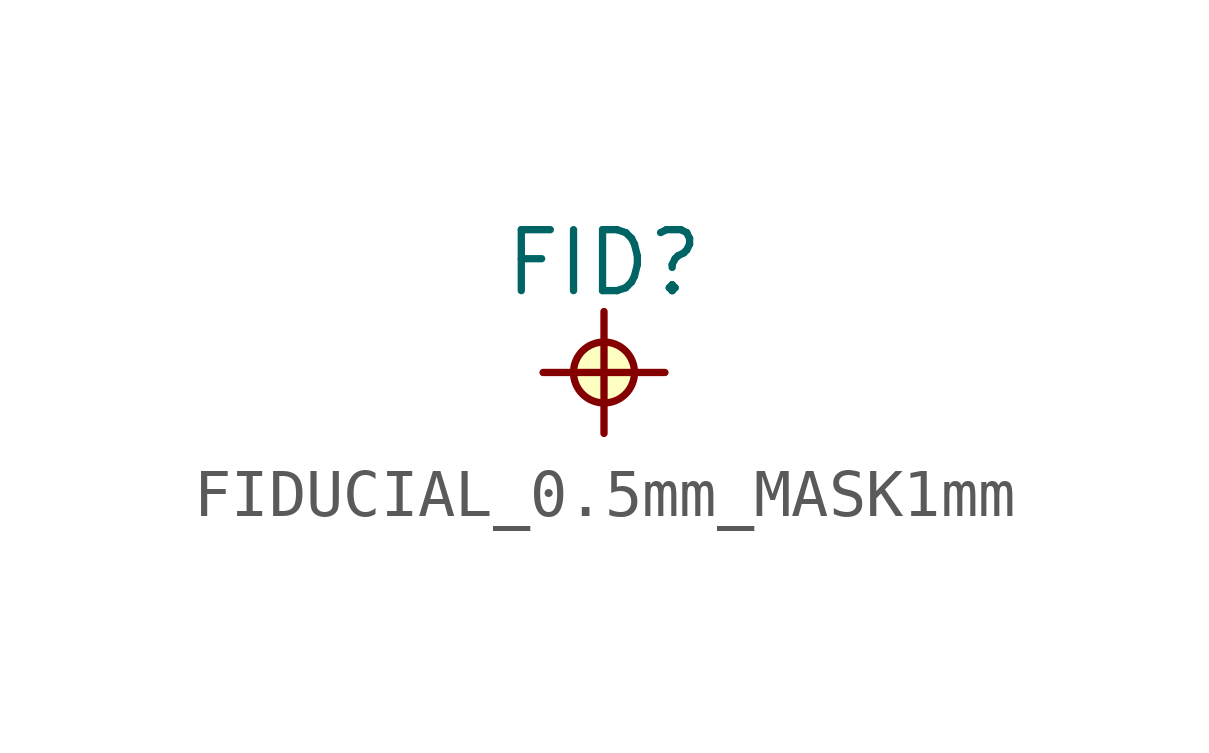
<source format=kicad_sym>
(kicad_symbol_lib
  (version 20211014)
  (generator kicad_symbol_editor)
  (symbol "FIDUCIAL_0.5mm_MASK1mm"
    (pin_numbers hide)
    (pin_names
      (offset 0.762) hide)
    (property "Reference" "FID"
      (at 0 2.286 0)
      (effects (font (size 1.27 1.27))))
    (symbol "FIDUCIAL_0.5mm_MASK1mm_0_1"
      (polyline (pts (xy -1.27 0) (xy 1.27 0) (xy 1.27 0)) (stroke (width 0) (type default) (color 0 0 0 0)) (fill (type none)))
      (polyline (pts (xy 0 1.27) (xy 0 -1.27) (xy 0 -1.27)) (stroke (width 0) (type default) (color 0 0 0 0)) (fill (type none)))
      (circle (center 0 0) (radius 0.635) (stroke (width 0) (type default) (color 0 0 0 0)) (fill (type background))))))
</source>
